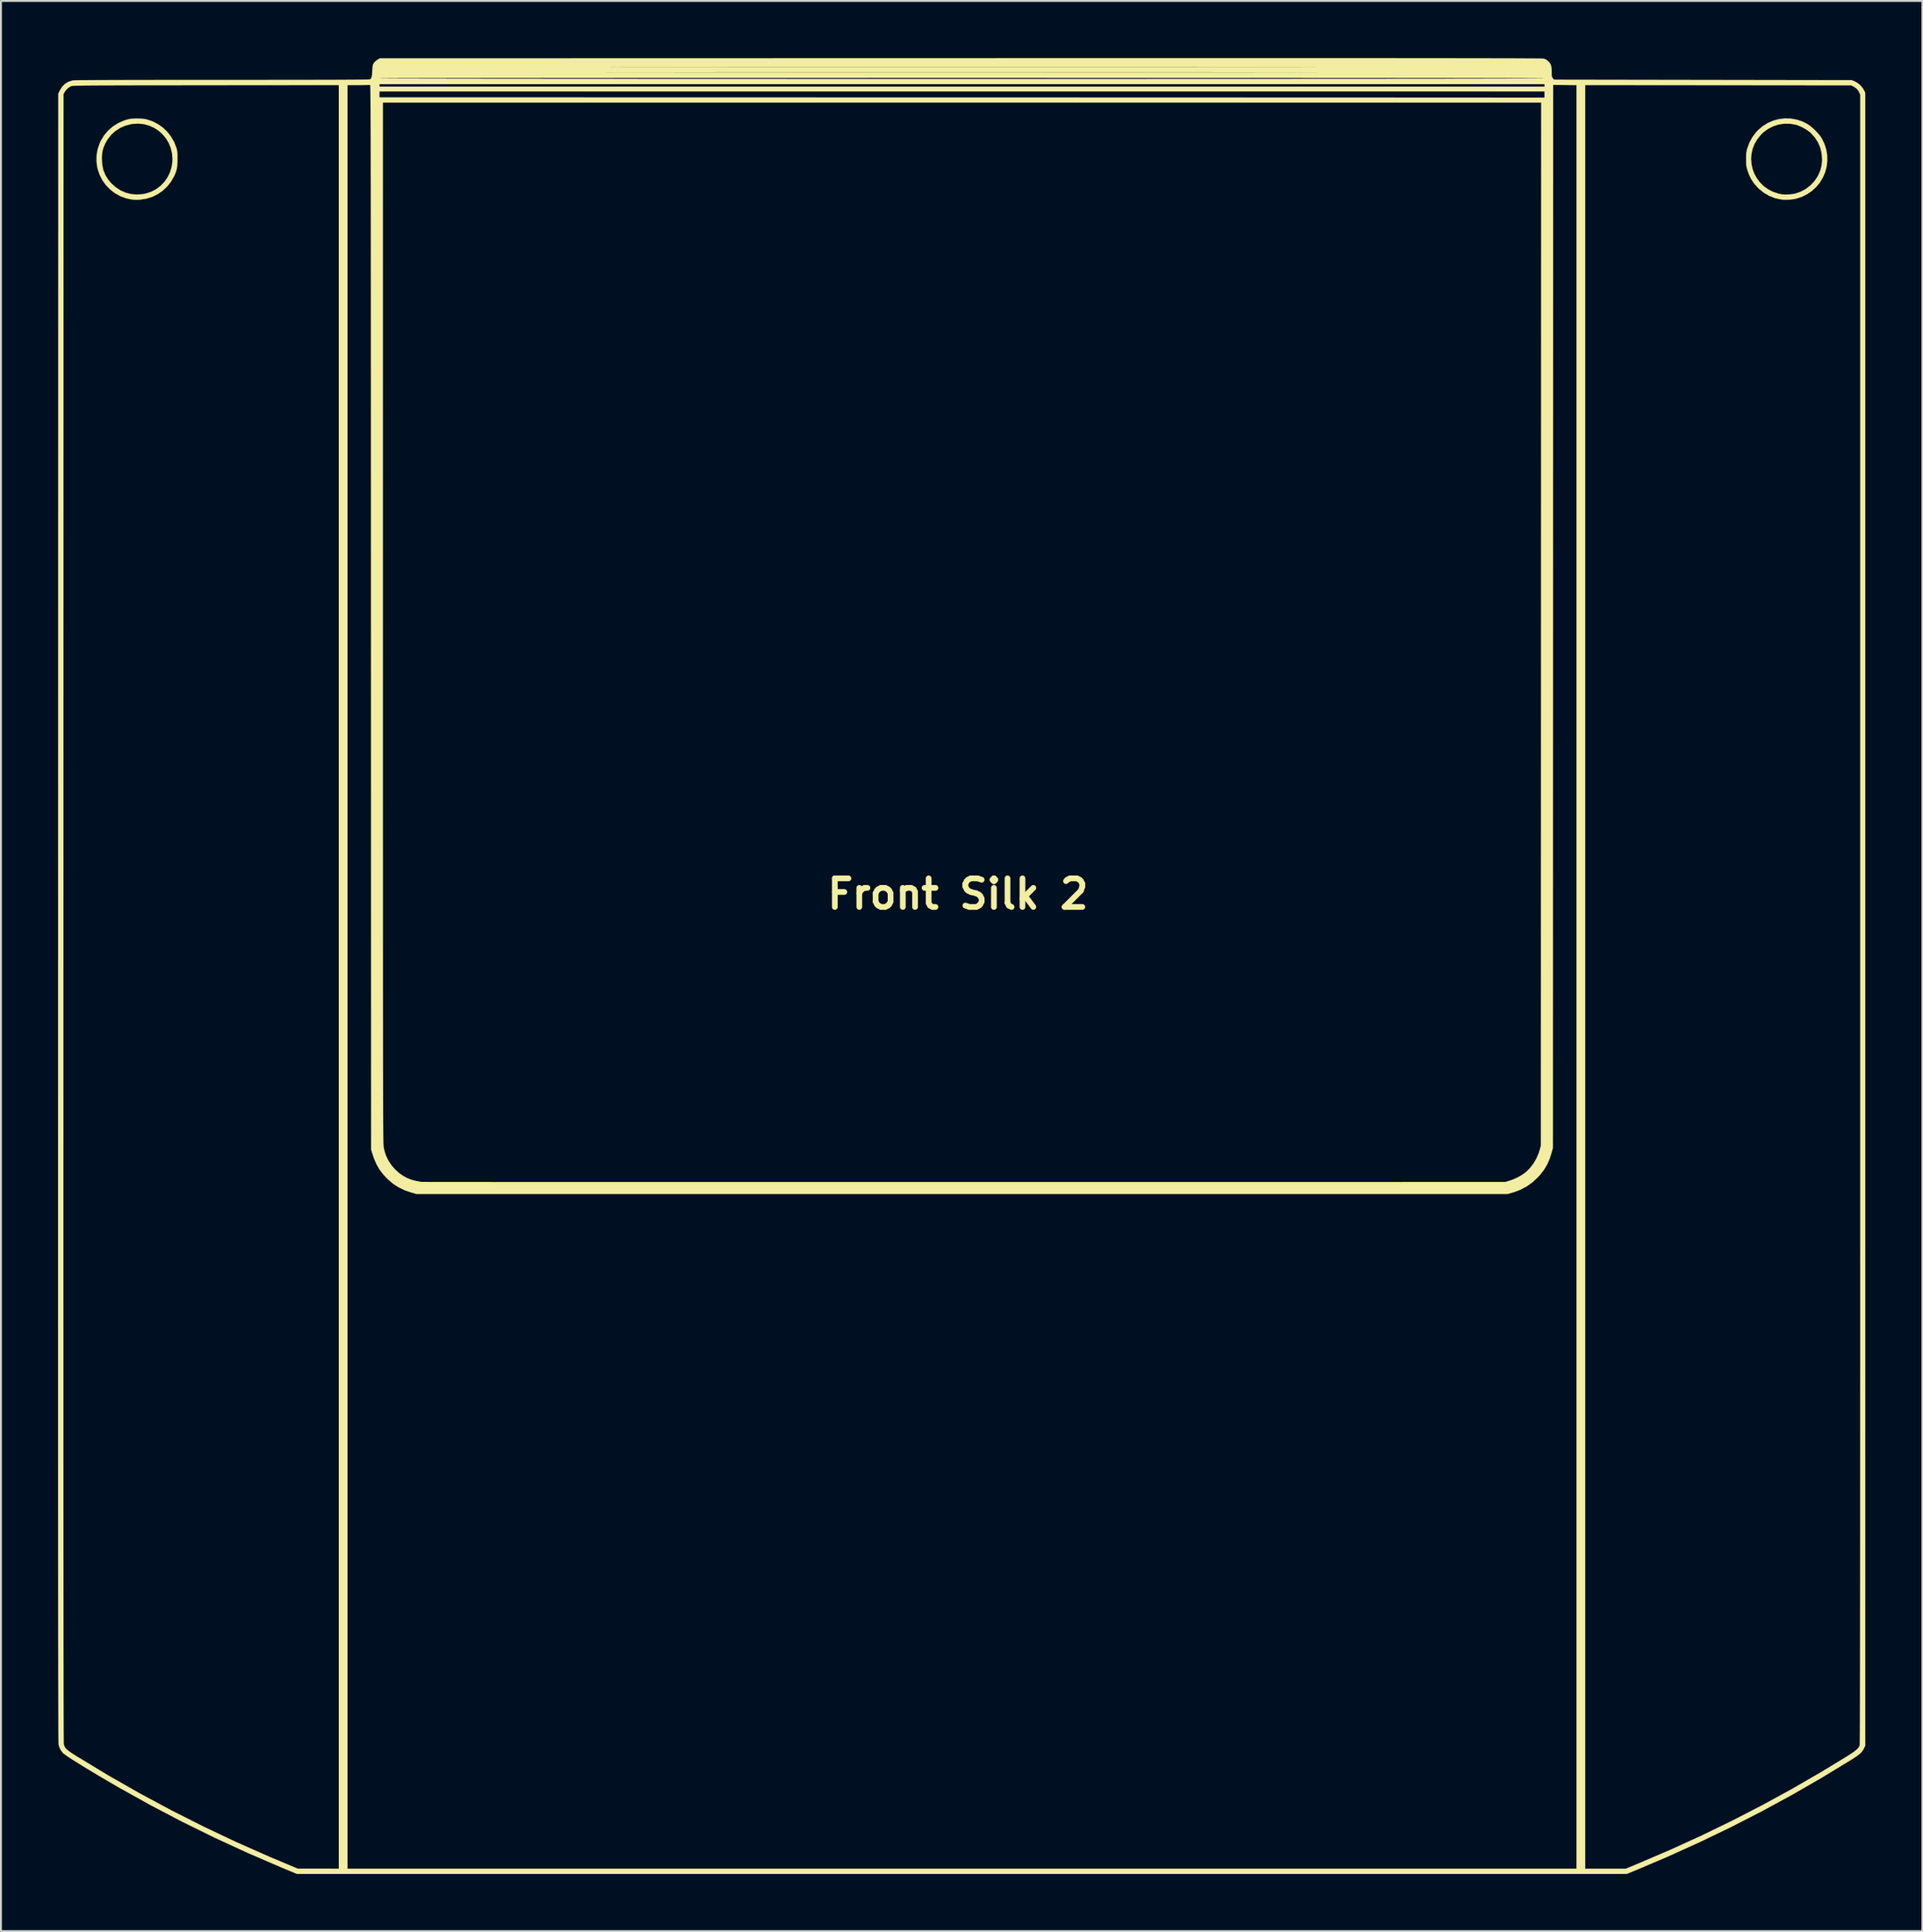
<source format=kicad_pcb>
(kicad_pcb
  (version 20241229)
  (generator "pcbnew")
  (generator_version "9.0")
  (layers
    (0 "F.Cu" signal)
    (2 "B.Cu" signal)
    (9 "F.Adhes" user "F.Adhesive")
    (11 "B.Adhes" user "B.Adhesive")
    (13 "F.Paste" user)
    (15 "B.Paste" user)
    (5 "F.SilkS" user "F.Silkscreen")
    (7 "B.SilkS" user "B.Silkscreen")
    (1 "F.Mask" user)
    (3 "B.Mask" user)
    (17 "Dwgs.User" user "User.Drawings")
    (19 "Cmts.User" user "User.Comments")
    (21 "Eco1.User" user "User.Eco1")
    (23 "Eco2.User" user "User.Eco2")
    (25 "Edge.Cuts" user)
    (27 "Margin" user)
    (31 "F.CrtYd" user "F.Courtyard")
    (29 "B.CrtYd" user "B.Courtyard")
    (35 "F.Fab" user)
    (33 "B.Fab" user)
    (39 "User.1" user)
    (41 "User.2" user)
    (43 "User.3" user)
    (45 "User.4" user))
  (footprint "Front Silk 2"
    (layer "F.Cu")
    (at 47.268 43.887)
    (property "Reference" "Front Silk 2" (at 0 0 0) (layer "F.SilkS") (effects (font (size 1.5 1.5) (thickness 0.3))))
    (attr board_only exclude_from_pos_files exclude_from_bom)
    (fp_poly (pts (xy -42.916 -40.712) (xy -42.744 -40.697) (xy -42.629 -40.676) (xy -42.315 -40.573) (xy -42.025 -40.426) (xy -41.761 -40.24) (xy -41.527 -40.017) (xy -41.328 -39.76) (xy -41.166 -39.474) (xy -41.051 -39.181) (xy -41.028 -39.099) (xy -41.011 -39.022) (xy -41 -38.937) (xy -40.994 -38.833) (xy -40.992 -38.698) (xy -40.992 -38.596) (xy -40.995 -38.393) (xy -41.005 -38.226) (xy -41.027 -38.084) (xy -41.061 -37.951) (xy -41.111 -37.816) (xy -41.171 -37.682) (xy -41.334 -37.396) (xy -41.534 -37.142) (xy -41.767 -36.923) (xy -42.03 -36.742) (xy -42.317 -36.601) (xy -42.625 -36.504) (xy -42.949 -36.452) (xy -43.011 -36.448) (xy -43.139 -36.445) (xy -43.27 -36.448) (xy -43.381 -36.457) (xy -43.394 -36.459) (xy -43.713 -36.528) (xy -44.013 -36.642) (xy -44.289 -36.798) (xy -44.539 -36.991) (xy -44.758 -37.218) (xy -44.943 -37.476) (xy -45.088 -37.76) (xy -45.192 -38.067) (xy -45.213 -38.16) (xy -45.254 -38.481) (xy -45.251 -38.584) (xy -44.965 -38.584) (xy -44.945 -38.28) (xy -44.886 -38.004) (xy -44.783 -37.751) (xy -44.636 -37.514) (xy -44.476 -37.323) (xy -44.243 -37.111) (xy -43.989 -36.944) (xy -43.715 -36.823) (xy -43.427 -36.75) (xy -43.126 -36.725) (xy -42.816 -36.748) (xy -42.665 -36.778) (xy -42.385 -36.867) (xy -42.128 -37) (xy -41.897 -37.17) (xy -41.697 -37.375) (xy -41.53 -37.608) (xy -41.4 -37.866) (xy -41.31 -38.145) (xy -41.264 -38.44) (xy -41.259 -38.584) (xy -41.283 -38.886) (xy -41.351 -39.171) (xy -41.46 -39.436) (xy -41.607 -39.677) (xy -41.786 -39.892) (xy -41.995 -40.076) (xy -42.229 -40.227) (xy -42.485 -40.341) (xy -42.759 -40.415) (xy -43.046 -40.446) (xy -43.343 -40.43) (xy -43.419 -40.419) (xy -43.723 -40.342) (xy -44.002 -40.221) (xy -44.253 -40.06) (xy -44.474 -39.86) (xy -44.66 -39.624) (xy -44.786 -39.404) (xy -44.864 -39.227) (xy -44.918 -39.061) (xy -44.949 -38.888) (xy -44.963 -38.692) (xy -44.965 -38.584) (xy -45.251 -38.584) (xy -45.245 -38.802) (xy -45.187 -39.119) (xy -45.08 -39.428) (xy -45.015 -39.565) (xy -44.843 -39.843) (xy -44.632 -40.09) (xy -44.387 -40.302) (xy -44.11 -40.476) (xy -43.804 -40.61) (xy -43.692 -40.647) (xy -43.584 -40.677) (xy -43.488 -40.697) (xy -43.389 -40.709) (xy -43.27 -40.715) (xy -43.132 -40.717)) (stroke (width 0) (type solid)) (fill yes) (layer "F.SilkS"))
    (fp_poly (pts (xy 43.758 -40.714) (xy 44.07 -40.658) (xy 44.376 -40.554) (xy 44.596 -40.446) (xy 44.74 -40.352) (xy 44.895 -40.226) (xy 45.052 -40.079) (xy 45.196 -39.925) (xy 45.317 -39.774) (xy 45.382 -39.674) (xy 45.525 -39.38) (xy 45.62 -39.079) (xy 45.669 -38.774) (xy 45.673 -38.471) (xy 45.635 -38.174) (xy 45.557 -37.886) (xy 45.439 -37.612) (xy 45.285 -37.357) (xy 45.095 -37.123) (xy 44.872 -36.917) (xy 44.617 -36.741) (xy 44.332 -36.6) (xy 44.023 -36.499) (xy 43.871 -36.471) (xy 43.69 -36.453) (xy 43.503 -36.446) (xy 43.33 -36.451) (xy 43.251 -36.459) (xy 42.93 -36.529) (xy 42.627 -36.646) (xy 42.345 -36.809) (xy 42.085 -37.017) (xy 42.027 -37.073) (xy 41.828 -37.296) (xy 41.67 -37.531) (xy 41.546 -37.79) (xy 41.472 -38.003) (xy 41.443 -38.103) (xy 41.424 -38.19) (xy 41.412 -38.279) (xy 41.406 -38.385) (xy 41.404 -38.523) (xy 41.404 -38.584) (xy 41.404 -38.595) (xy 41.671 -38.595) (xy 41.69 -38.327) (xy 41.747 -38.066) (xy 41.841 -37.815) (xy 41.97 -37.58) (xy 42.133 -37.363) (xy 42.328 -37.17) (xy 42.554 -37.006) (xy 42.808 -36.873) (xy 43.091 -36.777) (xy 43.284 -36.736) (xy 43.414 -36.725) (xy 43.574 -36.726) (xy 43.744 -36.738) (xy 43.903 -36.759) (xy 43.996 -36.779) (xy 44.277 -36.876) (xy 44.539 -37.017) (xy 44.775 -37.199) (xy 44.981 -37.414) (xy 45.151 -37.66) (xy 45.209 -37.769) (xy 45.305 -38.002) (xy 45.365 -38.234) (xy 45.391 -38.482) (xy 45.393 -38.584) (xy 45.368 -38.895) (xy 45.297 -39.19) (xy 45.178 -39.465) (xy 45.013 -39.72) (xy 44.803 -39.952) (xy 44.769 -39.983) (xy 44.63 -40.091) (xy 44.458 -40.197) (xy 44.273 -40.291) (xy 44.092 -40.363) (xy 44.002 -40.39) (xy 43.703 -40.44) (xy 43.403 -40.441) (xy 43.11 -40.396) (xy 42.828 -40.304) (xy 42.563 -40.17) (xy 42.321 -39.993) (xy 42.2 -39.877) (xy 42.006 -39.642) (xy 41.857 -39.393) (xy 41.753 -39.132) (xy 41.691 -38.864) (xy 41.671 -38.595) (xy 41.404 -38.595) (xy 41.405 -38.736) (xy 41.409 -38.852) (xy 41.419 -38.946) (xy 41.435 -39.032) (xy 41.46 -39.125) (xy 41.472 -39.164) (xy 41.588 -39.474) (xy 41.741 -39.751) (xy 41.932 -40.001) (xy 42.023 -40.098) (xy 42.271 -40.311) (xy 42.542 -40.481) (xy 42.831 -40.606) (xy 43.133 -40.688) (xy 43.444 -40.724)) (stroke (width 0) (type solid)) (fill yes) (layer "F.SilkS"))
    (fp_poly (pts (xy 15.021 -43.887) (xy 16.097 -43.887) (xy 17.129 -43.887) (xy 18.118 -43.887) (xy 19.065 -43.887) (xy 19.969 -43.886) (xy 20.833 -43.886) (xy 21.655 -43.886) (xy 22.438 -43.886) (xy 23.181 -43.885) (xy 23.885 -43.885) (xy 24.551 -43.884) (xy 25.179 -43.884) (xy 25.771 -43.883) (xy 26.325 -43.882) (xy 26.844 -43.882) (xy 27.327 -43.881) (xy 27.776 -43.88) (xy 28.191 -43.879) (xy 28.572 -43.879) (xy 28.921 -43.878) (xy 29.237 -43.877) (xy 29.521 -43.876) (xy 29.775 -43.874) (xy 29.998 -43.873) (xy 30.191 -43.872) (xy 30.355 -43.871) (xy 30.49 -43.87) (xy 30.597 -43.868) (xy 30.677 -43.867) (xy 30.73 -43.865) (xy 30.756 -43.864) (xy 30.759 -43.864) (xy 30.854 -43.835) (xy 30.935 -43.788) (xy 31.018 -43.716) (xy 31.089 -43.638) (xy 31.139 -43.56) (xy 31.171 -43.469) (xy 31.189 -43.355) (xy 31.195 -43.206) (xy 31.196 -43.147) (xy 31.197 -43.03) (xy 31.202 -42.952) (xy 31.213 -42.899) (xy 31.234 -42.859) (xy 31.257 -42.829) (xy 31.319 -42.758) (xy 39.136 -42.745) (xy 46.953 -42.732) (xy 47.099 -42.673) (xy 47.258 -42.586) (xy 47.407 -42.463) (xy 47.531 -42.318) (xy 47.591 -42.219) (xy 47.666 -42.07) (xy 47.666 1.323) (xy 47.666 44.717) (xy 47.596 44.861) (xy 47.545 44.953) (xy 47.486 45.036) (xy 47.411 45.115) (xy 47.314 45.197) (xy 47.189 45.288) (xy 47.027 45.394) (xy 46.953 45.441) (xy 45.394 46.39) (xy 43.818 47.298) (xy 42.221 48.166) (xy 40.599 48.996) (xy 38.947 49.791) (xy 37.262 50.553) (xy 35.849 51.155) (xy 35.14 51.449) (xy 0.208 51.448) (xy -34.724 51.448) (xy -35.548 51.105) (xy -37.313 50.344) (xy -39.046 49.546) (xy -40.75 48.708) (xy -42.429 47.828) (xy -44.087 46.905) (xy -45.144 46.287) (xy -45.465 46.095) (xy -45.763 45.915) (xy -46.036 45.747) (xy -46.282 45.594) (xy -46.498 45.457) (xy -46.681 45.338) (xy -46.829 45.239) (xy -46.938 45.16) (xy -47.008 45.105) (xy -47.024 45.089) (xy -47.136 44.939) (xy -47.21 44.776) (xy -47.245 44.64) (xy -47.246 44.62) (xy -47.247 44.573) (xy -47.248 44.498) (xy -47.25 44.396) (xy -47.251 44.264) (xy -47.252 44.104) (xy -47.253 43.915) (xy -47.254 43.695) (xy -47.255 43.445) (xy -47.256 43.164) (xy -47.257 42.852) (xy -47.257 42.507) (xy -47.258 42.131) (xy -47.259 41.721) (xy -47.26 41.278) (xy -47.261 40.802) (xy -47.261 40.29) (xy -47.262 39.744) (xy -47.263 39.163) (xy -47.263 38.546) (xy -47.264 37.892) (xy -47.264 37.202) (xy -47.265 36.475) (xy -47.265 35.709) (xy -47.266 34.906) (xy -47.266 34.063) (xy -47.266 33.182) (xy -47.267 32.261) (xy -47.267 31.299) (xy -47.267 30.297) (xy -47.267 29.253) (xy -47.268 28.168) (xy -47.268 27.041) (xy -47.268 25.871) (xy -47.268 24.658) (xy -47.268 23.401) (xy -47.268 22.1) (xy -47.268 20.755) (xy -47.268 19.364) (xy -47.268 18.761) (xy -46.987 18.761) (xy -46.987 20.245) (xy -46.987 21.682) (xy -46.986 23.071) (xy -46.986 24.414) (xy -46.986 25.71) (xy -46.986 26.96) (xy -46.986 28.164) (xy -46.986 29.323) (xy -46.985 30.437) (xy -46.985 31.506) (xy -46.985 32.53) (xy -46.984 33.511) (xy -46.984 34.447) (xy -46.983 35.34) (xy -46.983 36.19) (xy -46.982 36.997) (xy -46.982 37.761) (xy -46.981 38.483) (xy -46.981 39.163) (xy -46.98 39.802) (xy -46.979 40.399) (xy -46.978 40.955) (xy -46.978 41.471) (xy -46.977 41.946) (xy -46.976 42.381) (xy -46.975 42.777) (xy -46.974 43.133) (xy -46.973 43.45) (xy -46.972 43.729) (xy -46.971 43.969) (xy -46.97 44.171) (xy -46.969 44.335) (xy -46.968 44.462) (xy -46.967 44.551) (xy -46.966 44.604) (xy -46.965 44.62) (xy -46.945 44.697) (xy -46.919 44.766) (xy -46.88 44.829) (xy -46.823 44.893) (xy -46.744 44.962) (xy -46.637 45.041) (xy -46.498 45.134) (xy -46.321 45.246) (xy -46.26 45.284) (xy -44.639 46.266) (xy -42.998 47.202) (xy -41.334 48.096) (xy -39.645 48.949) (xy -37.928 49.762) (xy -36.179 50.536) (xy -35.489 50.828) (xy -34.673 51.168) (xy -33.597 51.168) (xy -32.521 51.169) (xy -32.521 4.352) (xy -32.521 -42.465) (xy -32.062 -42.465) (xy -32.062 4.352) (xy -32.062 51.169) (xy 0.217 51.169) (xy 32.495 51.169) (xy 32.495 4.353) (xy 32.495 4.352) (xy 32.954 4.352) (xy 32.954 51.169) (xy 34.021 51.169) (xy 35.087 51.169) (xy 35.696 50.917) (xy 37.384 50.195) (xy 39.035 49.444) (xy 40.654 48.659) (xy 42.245 47.839) (xy 43.816 46.981) (xy 45.371 46.082) (xy 46.639 45.311) (xy 46.836 45.187) (xy 46.994 45.083) (xy 47.116 44.995) (xy 47.209 44.92) (xy 47.276 44.851) (xy 47.324 44.787) (xy 47.356 44.721) (xy 47.369 44.683) (xy 47.371 44.666) (xy 47.372 44.625) (xy 47.373 44.559) (xy 47.374 44.468) (xy 47.375 44.351) (xy 47.377 44.207) (xy 47.378 44.036) (xy 47.379 43.837) (xy 47.38 43.61) (xy 47.381 43.355) (xy 47.382 43.07) (xy 47.383 42.755) (xy 47.384 42.411) (xy 47.384 42.035) (xy 47.385 41.629) (xy 47.386 41.19) (xy 47.387 40.719) (xy 47.388 40.215) (xy 47.388 39.678) (xy 47.389 39.107) (xy 47.39 38.501) (xy 47.39 37.86) (xy 47.391 37.184) (xy 47.392 36.472) (xy 47.392 35.723) (xy 47.393 34.937) (xy 47.393 34.114) (xy 47.394 33.252) (xy 47.394 32.352) (xy 47.394 31.412) (xy 47.395 30.433) (xy 47.395 29.413) (xy 47.396 28.353) (xy 47.396 27.251) (xy 47.396 26.108) (xy 47.397 24.922) (xy 47.397 23.693) (xy 47.397 22.421) (xy 47.397 21.105) (xy 47.397 19.744) (xy 47.398 18.339) (xy 47.398 16.888) (xy 47.398 15.391) (xy 47.398 13.847) (xy 47.398 12.256) (xy 47.398 10.617) (xy 47.398 8.931) (xy 47.398 7.195) (xy 47.398 5.411) (xy 47.398 3.577) (xy 47.398 1.692) (xy 47.398 1.308) (xy 47.398 -41.969) (xy 47.346 -42.083) (xy 47.281 -42.201) (xy 47.2 -42.29) (xy 47.088 -42.366) (xy 47.055 -42.385) (xy 46.928 -42.452) (xy 39.941 -42.459) (xy 32.954 -42.465) (xy 32.954 4.352) (xy 32.495 4.352) (xy 32.495 -42.463) (xy 31.884 -42.47) (xy 31.272 -42.478) (xy 31.266 -14.571) (xy 31.26 13.336) (xy 31.192 13.58) (xy 31.084 13.913) (xy 30.953 14.209) (xy 30.792 14.479) (xy 30.596 14.734) (xy 30.467 14.875) (xy 30.181 15.139) (xy 29.874 15.358) (xy 29.542 15.533) (xy 29.184 15.665) (xy 29.114 15.685) (xy 28.865 15.754) (xy 0.217 15.754) (xy -28.432 15.754) (xy -28.678 15.686) (xy -29.044 15.563) (xy -29.377 15.403) (xy -29.682 15.205) (xy -29.964 14.964) (xy -30 14.928) (xy -30.213 14.695) (xy -30.392 14.454) (xy -30.541 14.194) (xy -30.668 13.904) (xy -30.773 13.591) (xy -30.826 13.413) (xy -30.833 -14.542) (xy -30.833 -15.984) (xy -30.833 -17.377) (xy -30.834 -18.72) (xy -30.834 -20.016) (xy -30.834 -21.263) (xy -30.835 -22.465) (xy -30.835 -23.62) (xy -30.835 -24.731) (xy -30.836 -25.798) (xy -30.836 -26.822) (xy -30.837 -27.803) (xy -30.837 -28.744) (xy -30.837 -29.643) (xy -30.838 -30.504) (xy -30.838 -31.325) (xy -30.839 -32.109) (xy -30.839 -32.856) (xy -30.84 -33.566) (xy -30.84 -34.242) (xy -30.841 -34.883) (xy -30.841 -35.491) (xy -30.842 -36.066) (xy -30.843 -36.609) (xy -30.843 -37.122) (xy -30.844 -37.604) (xy -30.845 -38.057) (xy -30.845 -38.483) (xy -30.846 -38.88) (xy -30.847 -39.252) (xy -30.848 -39.597) (xy -30.849 -39.918) (xy -30.85 -40.215) (xy -30.851 -40.489) (xy -30.852 -40.741) (xy -30.853 -40.971) (xy -30.854 -41.181) (xy -30.855 -41.372) (xy -30.856 -41.544) (xy -30.856 -41.549) (xy -30.202 -41.549) (xy -30.202 -14.221) (xy -30.202 -12.801) (xy -30.202 -11.431) (xy -30.202 -10.11) (xy -30.202 -8.838) (xy -30.202 -7.613) (xy -30.202 -6.434) (xy -30.202 -5.3) (xy -30.202 -4.212) (xy -30.202 -3.166) (xy -30.201 -2.164) (xy -30.201 -1.204) (xy -30.201 -0.284) (xy -30.201 0.595) (xy -30.201 1.436) (xy -30.201 2.238) (xy -30.2 3.003) (xy -30.2 3.731) (xy -30.2 4.424) (xy -30.2 5.082) (xy -30.199 5.706) (xy -30.199 6.298) (xy -30.198 6.857) (xy -30.198 7.386) (xy -30.197 7.885) (xy -30.197 8.354) (xy -30.196 8.795) (xy -30.196 9.208) (xy -30.195 9.595) (xy -30.194 9.957) (xy -30.194 10.294) (xy -30.193 10.607) (xy -30.192 10.897) (xy -30.191 11.165) (xy -30.19 11.412) (xy -30.189 11.639) (xy -30.188 11.847) (xy -30.187 12.036) (xy -30.186 12.208) (xy -30.184 12.363) (xy -30.183 12.502) (xy -30.182 12.627) (xy -30.18 12.738) (xy -30.179 12.836) (xy -30.177 12.922) (xy -30.175 12.997) (xy -30.174 13.062) (xy -30.172 13.117) (xy -30.17 13.164) (xy -30.168 13.203) (xy -30.166 13.236) (xy -30.164 13.263) (xy -30.162 13.285) (xy -30.159 13.304) (xy -30.157 13.319) (xy -30.155 13.332) (xy -30.154 13.336) (xy -30.103 13.544) (xy -30.043 13.723) (xy -29.965 13.895) (xy -29.885 14.04) (xy -29.736 14.258) (xy -29.553 14.466) (xy -29.354 14.645) (xy -29.338 14.658) (xy -29.131 14.801) (xy -28.919 14.915) (xy -28.69 15.003) (xy -28.432 15.07) (xy -28.19 15.114) (xy -28.162 15.115) (xy -28.084 15.115) (xy -27.957 15.115) (xy -27.782 15.116) (xy -27.561 15.116) (xy -27.293 15.116) (xy -26.981 15.117) (xy -26.625 15.117) (xy -26.226 15.117) (xy -25.786 15.118) (xy -25.304 15.118) (xy -24.783 15.118) (xy -24.224 15.119) (xy -23.627 15.119) (xy -22.993 15.119) (xy -22.323 15.119) (xy -21.619 15.12) (xy -20.882 15.12) (xy -20.112 15.12) (xy -19.31 15.12) (xy -18.478 15.12) (xy -17.617 15.12) (xy -16.727 15.121) (xy -15.81 15.121) (xy -14.866 15.121) (xy -13.897 15.121) (xy -12.904 15.121) (xy -11.887 15.121) (xy -10.848 15.121) (xy -9.788 15.121) (xy -8.707 15.121) (xy -7.608 15.121) (xy -6.49 15.121) (xy -5.355 15.121) (xy -4.204 15.121) (xy -3.038 15.121) (xy -1.857 15.121) (xy -0.664 15.121) (xy 0.306 15.121) (xy 28.737 15.118) (xy 28.941 15.061) (xy 29.138 14.994) (xy 29.348 14.901) (xy 29.553 14.792) (xy 29.736 14.675) (xy 29.835 14.6) (xy 30.043 14.396) (xy 30.23 14.154) (xy 30.388 13.884) (xy 30.511 13.596) (xy 30.564 13.425) (xy 30.622 13.209) (xy 30.629 -14.17) (xy 30.636 -41.549) (xy 0.217 -41.549) (xy -30.202 -41.549) (xy -30.856 -41.549) (xy -30.858 -41.698) (xy -30.859 -41.835) (xy -30.86 -41.957) (xy -30.861 -41.981) (xy -30.381 -41.981) (xy -30.381 -41.829) (xy 0.21 -41.822) (xy 1.458 -41.822) (xy 2.694 -41.822) (xy 3.916 -41.821) (xy 5.124 -41.821) (xy 6.317 -41.821) (xy 7.493 -41.82) (xy 8.653 -41.82) (xy 9.794 -41.82) (xy 10.916 -41.82) (xy 12.017 -41.819) (xy 13.098 -41.819) (xy 14.156 -41.819) (xy 15.192 -41.818) (xy 16.203 -41.818) (xy 17.189 -41.818) (xy 18.149 -41.817) (xy 19.082 -41.817) (xy 19.987 -41.817) (xy 20.863 -41.816) (xy 21.709 -41.816) (xy 22.524 -41.816) (xy 23.306 -41.815) (xy 24.056 -41.815) (xy 24.772 -41.814) (xy 25.453 -41.814) (xy 26.098 -41.814) (xy 26.707 -41.813) (xy 27.277 -41.813) (xy 27.808 -41.813) (xy 28.3 -41.812) (xy 28.75 -41.812) (xy 29.159 -41.812) (xy 29.525 -41.812) (xy 29.847 -41.811) (xy 30.125 -41.811) (xy 30.356 -41.811) (xy 30.541 -41.81) (xy 30.678 -41.81) (xy 30.767 -41.81) (xy 30.806 -41.81) (xy 30.807 -41.809) (xy 30.811 -41.829) (xy 30.813 -41.887) (xy 30.814 -41.969) (xy 30.814 -42.134) (xy 0.217 -42.134) (xy -30.381 -42.134) (xy -30.381 -41.981) (xy -30.861 -41.981) (xy -30.862 -42.063) (xy -30.863 -42.154) (xy -30.865 -42.233) (xy -30.866 -42.298) (xy -30.868 -42.353) (xy -30.87 -42.396) (xy -30.872 -42.429) (xy -30.873 -42.452) (xy -30.381 -42.452) (xy -30.381 -42.388) (xy 0.217 -42.388) (xy 30.814 -42.388) (xy 30.814 -42.452) (xy 30.814 -42.516) (xy 0.217 -42.516) (xy -30.381 -42.516) (xy -30.381 -42.452) (xy -30.873 -42.452) (xy -30.874 -42.453) (xy -30.875 -42.469) (xy -30.877 -42.478) (xy -30.88 -42.48) (xy -30.88 -42.48) (xy -30.916 -42.476) (xy -30.995 -42.472) (xy -31.11 -42.469) (xy -31.252 -42.466) (xy -31.413 -42.465) (xy -31.491 -42.465) (xy -32.062 -42.465) (xy -32.521 -42.465) (xy -32.521 -42.465) (xy -39.508 -42.459) (xy -40.214 -42.458) (xy -40.872 -42.457) (xy -41.482 -42.457) (xy -42.047 -42.456) (xy -42.567 -42.455) (xy -43.046 -42.455) (xy -43.485 -42.454) (xy -43.885 -42.453) (xy -44.249 -42.452) (xy -44.578 -42.451) (xy -44.874 -42.45) (xy -45.139 -42.449) (xy -45.375 -42.447) (xy -45.582 -42.446) (xy -45.765 -42.444) (xy -45.923 -42.443) (xy -46.059 -42.441) (xy -46.174 -42.438) (xy -46.271 -42.436) (xy -46.351 -42.433) (xy -46.416 -42.431) (xy -46.468 -42.427) (xy -46.509 -42.424) (xy -46.54 -42.42) (xy -46.563 -42.417) (xy -46.58 -42.412) (xy -46.593 -42.408) (xy -46.596 -42.406) (xy -46.734 -42.32) (xy -46.855 -42.199) (xy -46.923 -42.096) (xy -46.979 -41.994) (xy -46.985 1.247) (xy -46.985 3.222) (xy -46.986 5.147) (xy -46.986 7.021) (xy -46.986 8.846) (xy -46.986 10.62) (xy -46.986 12.346) (xy -46.987 14.022) (xy -46.987 15.65) (xy -46.987 17.23) (xy -46.987 18.761) (xy -47.268 18.761) (xy -47.268 17.928) (xy -47.268 16.446) (xy -47.268 14.917) (xy -47.268 13.341) (xy -47.268 11.718) (xy -47.267 10.046) (xy -47.267 8.326) (xy -47.267 6.557) (xy -47.267 4.739) (xy -47.266 2.87) (xy -47.266 1.234) (xy -47.259 -42.019) (xy -47.18 -42.185) (xy -47.063 -42.377) (xy -46.915 -42.529) (xy -46.737 -42.641) (xy -46.53 -42.71) (xy -46.495 -42.717) (xy -46.461 -42.72) (xy -46.39 -42.723) (xy -46.282 -42.725) (xy -46.137 -42.728) (xy -45.952 -42.73) (xy -45.728 -42.732) (xy -45.464 -42.734) (xy -45.159 -42.736) (xy -44.812 -42.737) (xy -44.422 -42.739) (xy -43.989 -42.74) (xy -43.511 -42.741) (xy -42.988 -42.742) (xy -42.42 -42.743) (xy -41.804 -42.744) (xy -41.141 -42.744) (xy -40.43 -42.744) (xy -39.67 -42.745) (xy -38.859 -42.745) (xy -38.641 -42.745) (xy -37.789 -42.745) (xy -36.988 -42.745) (xy -36.237 -42.746) (xy -35.536 -42.746) (xy -34.885 -42.747) (xy -34.285 -42.748) (xy -33.733 -42.749) (xy -33.232 -42.75) (xy -32.78 -42.751) (xy -32.376 -42.753) (xy -32.022 -42.755) (xy -31.716 -42.757) (xy -31.458 -42.759) (xy -31.249 -42.761) (xy -31.088 -42.763) (xy -30.974 -42.766) (xy -30.908 -42.769) (xy -30.889 -42.771) (xy -30.845 -42.804) (xy -30.834 -42.821) (xy -30.381 -42.821) (xy -30.355 -42.82) (xy -30.279 -42.818) (xy -30.151 -42.817) (xy -29.973 -42.816) (xy -29.744 -42.814) (xy -29.464 -42.813) (xy -29.133 -42.812) (xy -28.751 -42.811) (xy -28.318 -42.81) (xy -27.834 -42.809) (xy -27.3 -42.808) (xy -26.714 -42.807) (xy -26.078 -42.806) (xy -25.391 -42.805) (xy -24.653 -42.804) (xy -23.864 -42.803) (xy -23.024 -42.802) (xy -22.133 -42.802) (xy -21.192 -42.801) (xy -20.2 -42.8) (xy -19.157 -42.8) (xy -18.063 -42.799) (xy -16.918 -42.799) (xy -15.723 -42.798) (xy -14.477 -42.798) (xy -13.18 -42.797) (xy -11.832 -42.797) (xy -10.434 -42.797) (xy -8.985 -42.796) (xy -7.485 -42.796) (xy -5.934 -42.796) (xy -4.333 -42.796) (xy -2.681 -42.796) (xy -0.978 -42.796) (xy 0.217 -42.796) (xy 1.954 -42.796) (xy 3.641 -42.796) (xy 5.277 -42.796) (xy 6.862 -42.796) (xy 8.397 -42.796) (xy 9.881 -42.796) (xy 11.314 -42.797) (xy 12.696 -42.797) (xy 14.028 -42.797) (xy 15.309 -42.798) (xy 16.539 -42.798) (xy 17.718 -42.799) (xy 18.847 -42.799) (xy 19.925 -42.8) (xy 20.952 -42.8) (xy 21.928 -42.801) (xy 22.853 -42.802) (xy 23.728 -42.803) (xy 24.551 -42.803) (xy 25.324 -42.804) (xy 26.046 -42.805) (xy 26.717 -42.806) (xy 27.338 -42.807) (xy 27.907 -42.808) (xy 28.426 -42.809) (xy 28.893 -42.81) (xy 29.31 -42.811) (xy 29.676 -42.812) (xy 29.991 -42.813) (xy 30.255 -42.815) (xy 30.468 -42.816) (xy 30.63 -42.817) (xy 30.741 -42.819) (xy 30.802 -42.82) (xy 30.814 -42.821) (xy 30.788 -42.823) (xy 30.712 -42.824) (xy 30.584 -42.825) (xy 30.406 -42.827) (xy 30.177 -42.828) (xy 29.897 -42.829) (xy 29.566 -42.83) (xy 29.184 -42.832) (xy 28.751 -42.833) (xy 28.267 -42.834) (xy 27.733 -42.835) (xy 27.147 -42.836) (xy 26.511 -42.837) (xy 25.824 -42.838) (xy 25.086 -42.838) (xy 24.297 -42.839) (xy 23.457 -42.84) (xy 22.567 -42.841) (xy 21.625 -42.841) (xy 20.633 -42.842) (xy 19.59 -42.843) (xy 18.496 -42.843) (xy 17.352 -42.844) (xy 16.156 -42.844) (xy 14.91 -42.845) (xy 13.613 -42.845) (xy 12.265 -42.845) (xy 10.867 -42.846) (xy 9.418 -42.846) (xy 7.918 -42.846) (xy 6.367 -42.846) (xy 4.766 -42.846) (xy 3.114 -42.847) (xy 1.411 -42.847) (xy 0.217 -42.847) (xy -1.521 -42.847) (xy -3.208 -42.847) (xy -4.844 -42.846) (xy -6.429 -42.846) (xy -7.964 -42.846) (xy -9.448 -42.846) (xy -10.881 -42.846) (xy -12.263 -42.845) (xy -13.595 -42.845) (xy -14.876 -42.844) (xy -16.106 -42.844) (xy -17.285 -42.844) (xy -18.414 -42.843) (xy -19.492 -42.842) (xy -20.519 -42.842) (xy -21.495 -42.841) (xy -22.42 -42.84) (xy -23.295 -42.84) (xy -24.118 -42.839) (xy -24.891 -42.838) (xy -25.613 -42.837) (xy -26.284 -42.836) (xy -26.904 -42.835) (xy -27.474 -42.834) (xy -27.992 -42.833) (xy -28.46 -42.832) (xy -28.877 -42.831) (xy -29.243 -42.83) (xy -29.558 -42.829) (xy -29.822 -42.828) (xy -30.035 -42.826) (xy -30.197 -42.825) (xy -30.308 -42.824) (xy -30.369 -42.822) (xy -30.381 -42.821) (xy -30.834 -42.821) (xy -30.813 -42.854) (xy -30.79 -42.929) (xy -30.775 -43.038) (xy -30.768 -43.143) (xy -18.679 -43.143) (xy -18.67 -43.143) (xy -18.615 -43.142) (xy -18.515 -43.142) (xy -18.371 -43.142) (xy -18.182 -43.142) (xy -17.95 -43.142) (xy -17.674 -43.141) (xy -17.355 -43.141) (xy -16.994 -43.141) (xy -16.59 -43.141) (xy -16.145 -43.141) (xy -15.658 -43.141) (xy -15.131 -43.141) (xy -14.563 -43.14) (xy -13.955 -43.14) (xy -13.308 -43.14) (xy -12.621 -43.14) (xy -11.896 -43.14) (xy -11.132 -43.14) (xy -10.33 -43.14) (xy -9.491 -43.14) (xy -8.614 -43.14) (xy -7.701 -43.139) (xy -6.752 -43.139) (xy -5.767 -43.139) (xy -4.747 -43.139) (xy -3.691 -43.139) (xy -2.601 -43.139) (xy -1.477 -43.139) (xy -0.319 -43.139) (xy 0.217 -43.139) (xy 1.39 -43.139) (xy 2.529 -43.139) (xy 3.635 -43.139) (xy 4.706 -43.139) (xy 5.742 -43.139) (xy 6.743 -43.139) (xy 7.709 -43.139) (xy 8.639 -43.14) (xy 9.532 -43.14) (xy 10.388 -43.14) (xy 11.206 -43.14) (xy 11.987 -43.14) (xy 12.73 -43.14) (xy 13.435 -43.14) (xy 14.1 -43.14) (xy 14.726 -43.14) (xy 15.312 -43.14) (xy 15.858 -43.141) (xy 16.363 -43.141) (xy 16.827 -43.141) (xy 17.249 -43.141) (xy 17.63 -43.141) (xy 17.968 -43.141) (xy 18.263 -43.142) (xy 18.515 -43.142) (xy 18.724 -43.142) (xy 18.888 -43.142) (xy 19.009 -43.142) (xy 19.084 -43.143) (xy 19.114 -43.143) (xy 19.098 -43.143) (xy 19.036 -43.143) (xy 18.927 -43.143) (xy 18.772 -43.144) (xy 18.569 -43.144) (xy 18.318 -43.144) (xy 18.019 -43.144) (xy 17.671 -43.145) (xy 17.275 -43.145) (xy 16.828 -43.145) (xy 16.332 -43.145) (xy 15.786 -43.146) (xy 15.522 -43.146) (xy 14.491 -43.146) (xy 13.414 -43.146) (xy 12.294 -43.147) (xy 11.135 -43.147) (xy 9.942 -43.147) (xy 8.718 -43.148) (xy 7.467 -43.148) (xy 6.193 -43.148) (xy 4.902 -43.148) (xy 3.595 -43.148) (xy 2.279 -43.148) (xy 0.956 -43.148) (xy -0.37 -43.148) (xy -1.693 -43.148) (xy -3.011 -43.148) (xy -4.318 -43.148) (xy -5.612 -43.148) (xy -6.888 -43.148) (xy -8.141 -43.148) (xy -9.369 -43.147) (xy -10.566 -43.147) (xy -11.729 -43.147) (xy -12.854 -43.146) (xy -13.936 -43.146) (xy -14.972 -43.146) (xy -15.088 -43.146) (xy -15.658 -43.145) (xy -16.177 -43.145) (xy -16.646 -43.145) (xy -17.065 -43.145) (xy -17.435 -43.144) (xy -17.755 -43.144) (xy -18.028 -43.144) (xy -18.253 -43.144) (xy -18.43 -43.144) (xy -18.559 -43.143) (xy -18.642 -43.143) (xy -18.679 -43.143) (xy -30.768 -43.143) (xy -30.765 -43.188) (xy -30.764 -43.217) (xy -30.757 -43.351) (xy -30.751 -43.423) (xy -18.679 -43.423) (xy -18.67 -43.423) (xy -18.615 -43.422) (xy -18.515 -43.422) (xy -18.371 -43.422) (xy -18.182 -43.422) (xy -17.95 -43.422) (xy -17.674 -43.421) (xy -17.355 -43.421) (xy -16.994 -43.421) (xy -16.59 -43.421) (xy -16.145 -43.421) (xy -15.658 -43.421) (xy -15.131 -43.421) (xy -14.563 -43.42) (xy -13.955 -43.42) (xy -13.308 -43.42) (xy -12.621 -43.42) (xy -11.896 -43.42) (xy -11.132 -43.42) (xy -10.33 -43.42) (xy -9.491 -43.42) (xy -8.614 -43.42) (xy -7.701 -43.419) (xy -6.752 -43.419) (xy -5.767 -43.419) (xy -4.747 -43.419) (xy -3.691 -43.419) (xy -2.601 -43.419) (xy -1.477 -43.419) (xy -0.319 -43.419) (xy 0.217 -43.419) (xy 1.39 -43.419) (xy 2.529 -43.419) (xy 3.635 -43.419) (xy 4.706 -43.419) (xy 5.742 -43.419) (xy 6.743 -43.419) (xy 7.709 -43.419) (xy 8.639 -43.419) (xy 9.532 -43.42) (xy 10.388 -43.42) (xy 11.206 -43.42) (xy 11.987 -43.42) (xy 12.73 -43.42) (xy 13.435 -43.42) (xy 14.1 -43.42) (xy 14.726 -43.42) (xy 15.312 -43.42) (xy 15.858 -43.421) (xy 16.363 -43.421) (xy 16.827 -43.421) (xy 17.249 -43.421) (xy 17.63 -43.421) (xy 17.968 -43.421) (xy 18.263 -43.422) (xy 18.515 -43.422) (xy 18.724 -43.422) (xy 18.888 -43.422) (xy 19.009 -43.422) (xy 19.084 -43.423) (xy 19.114 -43.423) (xy 19.098 -43.423) (xy 19.036 -43.423) (xy 18.927 -43.423) (xy 18.772 -43.424) (xy 18.569 -43.424) (xy 18.318 -43.424) (xy 18.019 -43.424) (xy 17.671 -43.425) (xy 17.275 -43.425) (xy 16.828 -43.425) (xy 16.332 -43.425) (xy 15.786 -43.425) (xy 15.522 -43.426) (xy 14.491 -43.426) (xy 13.414 -43.426) (xy 12.294 -43.427) (xy 11.135 -43.427) (xy 9.942 -43.427) (xy 8.718 -43.428) (xy 7.467 -43.428) (xy 6.193 -43.428) (xy 4.902 -43.428) (xy 3.595 -43.428) (xy 2.279 -43.428) (xy 0.956 -43.428) (xy -0.37 -43.428) (xy -1.693 -43.428) (xy -3.011 -43.428) (xy -4.318 -43.428) (xy -5.612 -43.428) (xy -6.888 -43.428) (xy -8.141 -43.428) (xy -9.369 -43.427) (xy -10.566 -43.427) (xy -11.729 -43.427) (xy -12.854 -43.426) (xy -13.936 -43.426) (xy -14.972 -43.426) (xy -15.088 -43.426) (xy -15.658 -43.425) (xy -16.177 -43.425) (xy -16.646 -43.425) (xy -17.065 -43.425) (xy -17.435 -43.424) (xy -17.755 -43.424) (xy -18.028 -43.424) (xy -18.253 -43.424) (xy -18.43 -43.423) (xy -18.559 -43.423) (xy -18.642 -43.423) (xy -18.679 -43.423) (xy -30.751 -43.423) (xy -30.749 -43.445) (xy -30.737 -43.512) (xy -30.719 -43.563) (xy -30.693 -43.611) (xy -30.681 -43.63) (xy -30.616 -43.706) (xy -30.53 -43.779) (xy -30.489 -43.806) (xy -30.368 -43.877) (xy 0.127 -43.885) (xy 1.724 -43.885) (xy 3.27 -43.886) (xy 4.767 -43.886) (xy 6.214 -43.886) (xy 7.613 -43.887) (xy 8.964 -43.887) (xy 10.268 -43.887) (xy 11.525 -43.887) (xy 12.735 -43.887) (xy 13.9 -43.887)) (stroke (width 0) (type solid)) (fill yes) (layer "F.SilkS")))
  (gr_rect
    (start -3 -3)
    (end 97.935 98.336)
    (stroke (width 0.1) (type default))
    (fill no)
    (layer "Edge.Cuts")))
</source>
